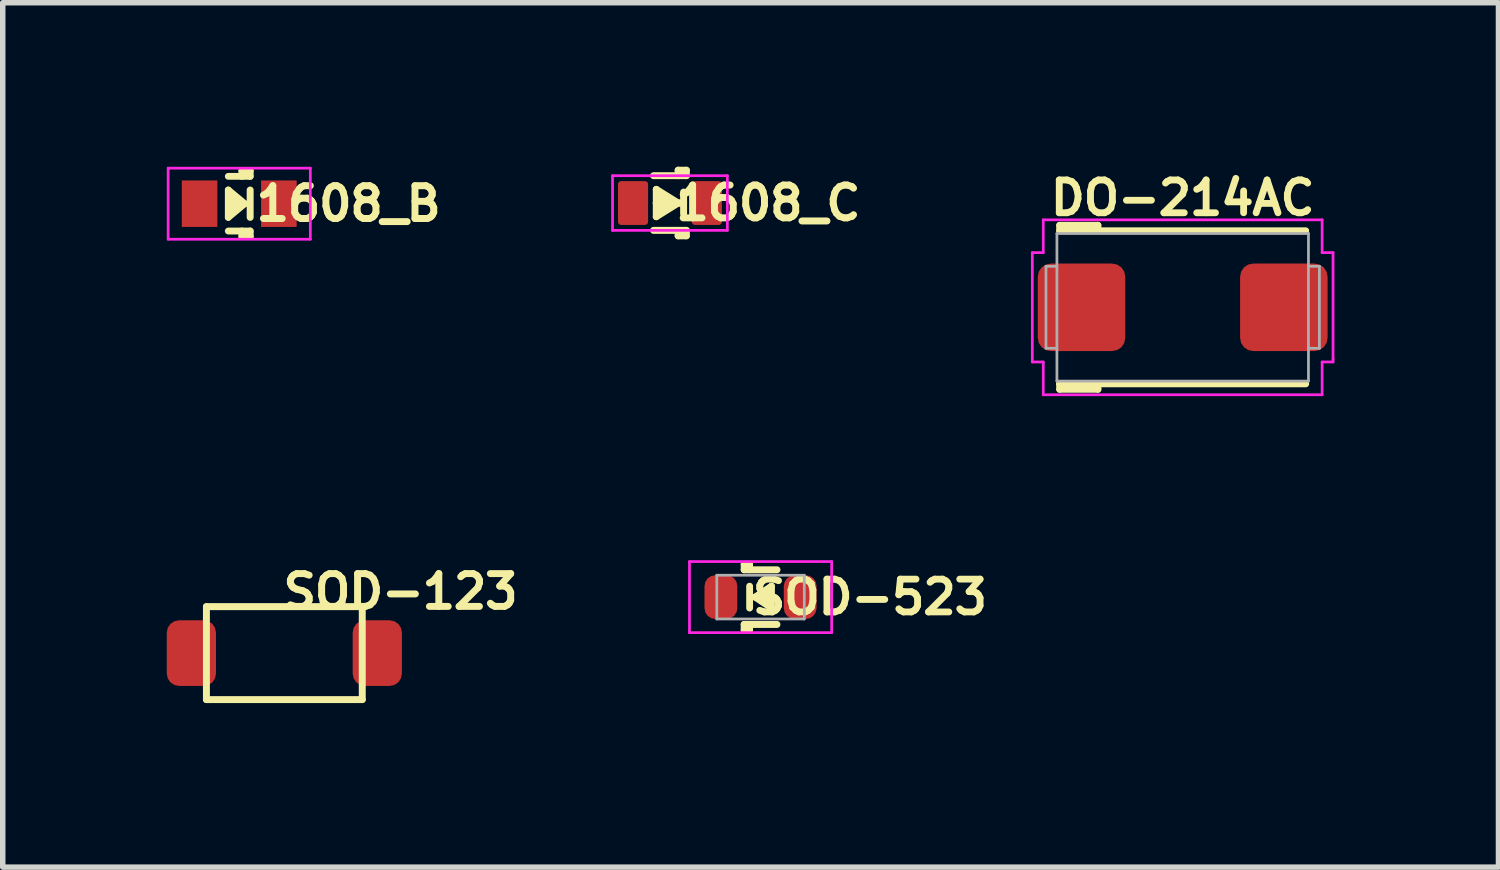
<source format=kicad_pcb>
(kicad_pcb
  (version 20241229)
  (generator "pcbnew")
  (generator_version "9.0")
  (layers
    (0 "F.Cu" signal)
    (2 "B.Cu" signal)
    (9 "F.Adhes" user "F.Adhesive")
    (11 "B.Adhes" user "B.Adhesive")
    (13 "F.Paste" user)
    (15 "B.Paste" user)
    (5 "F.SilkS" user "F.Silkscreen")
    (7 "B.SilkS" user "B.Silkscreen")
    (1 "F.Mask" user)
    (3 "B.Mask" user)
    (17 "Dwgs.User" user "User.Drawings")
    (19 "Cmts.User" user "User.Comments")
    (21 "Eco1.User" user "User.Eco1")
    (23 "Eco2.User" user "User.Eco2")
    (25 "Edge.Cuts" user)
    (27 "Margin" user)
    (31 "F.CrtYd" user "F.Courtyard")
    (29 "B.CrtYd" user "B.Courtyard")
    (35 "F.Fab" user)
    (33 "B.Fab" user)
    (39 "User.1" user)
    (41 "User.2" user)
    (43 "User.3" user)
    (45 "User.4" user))
  (footprint "SOD-523"
    (layer "F.Cu")
    (at 10.859 7.87)
    (property "Reference" "SOD-523" (at 2 0 0) (layer "F.SilkS") (effects (font (size 0.6 0.6) (thickness 0.125))))
    (attr smd)
    (fp_line (start -0.3 -0.6) (end -0.2 -0.6) (stroke (width 0.125) (type solid)) (layer "F.SilkS"))
    (fp_line (start -0.3 -0.5) (end -0.3 -0.6) (stroke (width 0.125) (type solid)) (layer "F.SilkS"))
    (fp_line (start -0.3 -0.5) (end 0.3 -0.5) (stroke (width 0.127) (type solid)) (layer "F.SilkS"))
    (fp_line (start -0.3 0.5) (end -0.3 0.6) (stroke (width 0.125) (type solid)) (layer "F.SilkS"))
    (fp_line (start -0.3 0.5) (end 0.3 0.5) (stroke (width 0.127) (type solid)) (layer "F.SilkS"))
    (fp_line (start -0.3 0.6) (end -0.2 0.6) (stroke (width 0.125) (type solid)) (layer "F.SilkS"))
    (fp_line (start -0.2 -0.6) (end -0.2 -0.5) (stroke (width 0.125) (type solid)) (layer "F.SilkS"))
    (fp_line (start -0.2 -0.2) (end -0.2 0.2) (stroke (width 0.125) (type solid)) (layer "F.SilkS"))
    (fp_line (start -0.2 0.6) (end -0.2 0.5) (stroke (width 0.125) (type solid)) (layer "F.SilkS"))
    (fp_line (start -0.1 0) (end 0.2 -0.2) (stroke (width 0.125) (type solid)) (layer "F.SilkS"))
    (fp_line (start 0 0) (end 0.15 -0.05) (stroke (width 0.125) (type solid)) (layer "F.SilkS"))
    (fp_line (start 0.15 -0.05) (end 0.15 0.05) (stroke (width 0.125) (type solid)) (layer "F.SilkS"))
    (fp_line (start 0.15 0.05) (end 0 0) (stroke (width 0.125) (type solid)) (layer "F.SilkS"))
    (fp_line (start 0.2 -0.2) (end 0.2 0.2) (stroke (width 0.125) (type solid)) (layer "F.SilkS"))
    (fp_line (start 0.2 0.2) (end -0.1 0) (stroke (width 0.125) (type solid)) (layer "F.SilkS"))
    (fp_line (start -1.3 -0.65) (end 1.3 -0.65) (stroke (width 0.05) (type solid)) (layer "F.CrtYd"))
    (fp_line (start -1.3 0.65) (end -1.3 -0.65) (stroke (width 0.05) (type solid)) (layer "F.CrtYd"))
    (fp_line (start 1.3 -0.65) (end 1.3 0.65) (stroke (width 0.05) (type solid)) (layer "F.CrtYd"))
    (fp_line (start 1.3 0.65) (end -1.3 0.65) (stroke (width 0.05) (type solid)) (layer "F.CrtYd"))
    (fp_line (start -0.8 -0.4) (end 0.8 -0.4) (stroke (width 0.05) (type solid)) (layer "F.Fab"))
    (fp_line (start -0.8 0.4) (end -0.8 -0.4) (stroke (width 0.05) (type solid)) (layer "F.Fab"))
    (fp_line (start 0.8 -0.4) (end 0.8 0.4) (stroke (width 0.05) (type solid)) (layer "F.Fab"))
    (fp_line (start 0.8 0.4) (end -0.8 0.4) (stroke (width 0.05) (type solid)) (layer "F.Fab"))
    (pad "1" smd roundrect (at -0.725 0) (size 0.6 0.8) (layers "F.Cu" "F.Mask" "F.Paste") (roundrect_rratio 0.33))
    (pad "2" smd roundrect (at 0.725 0) (size 0.6 0.8) (layers "F.Cu" "F.Mask" "F.Paste") (roundrect_rratio 0.33)))
  (footprint "1608_C"
    (layer "F.Cu")
    (at 9.202 0.663)
    (property "Reference" "1608_C" (at 1.8 0 0) (layer "F.SilkS") (effects (font (size 0.6 0.6) (thickness 0.127))))
    (attr smd)
    (fp_line (start -0.3 -0.5) (end 0.3 -0.5) (stroke (width 0.127) (type solid)) (layer "F.SilkS"))
    (fp_line (start -0.3 0.5) (end 0.3 0.5) (stroke (width 0.127) (type solid)) (layer "F.SilkS"))
    (fp_line (start -0.25 -0.25) (end -0.25 0.25) (stroke (width 0.127) (type solid)) (layer "F.SilkS"))
    (fp_line (start -0.25 0) (end -0.2 -0.1) (stroke (width 0.127) (type solid)) (layer "F.SilkS"))
    (fp_line (start -0.25 0.25) (end 0.15 0) (stroke (width 0.127) (type solid)) (layer "F.SilkS"))
    (fp_line (start -0.2 -0.1) (end -0.1 -0.05) (stroke (width 0.127) (type solid)) (layer "F.SilkS"))
    (fp_line (start -0.1 -0.05) (end -0.1 0.05) (stroke (width 0.127) (type solid)) (layer "F.SilkS"))
    (fp_line (start -0.1 0.05) (end -0.2 0.1) (stroke (width 0.127) (type solid)) (layer "F.SilkS"))
    (fp_line (start 0.15 -0.6) (end 0.15 -0.5) (stroke (width 0.127) (type solid)) (layer "F.SilkS"))
    (fp_line (start 0.15 0) (end -0.25 -0.25) (stroke (width 0.127) (type solid)) (layer "F.SilkS"))
    (fp_line (start 0.15 0.6) (end 0.15 0.5) (stroke (width 0.127) (type solid)) (layer "F.SilkS"))
    (fp_line (start 0.2 0) (end -0.25 0) (stroke (width 0.127) (type solid)) (layer "F.SilkS"))
    (fp_line (start 0.25 -0.2) (end 0.25 0.2) (stroke (width 0.127) (type solid)) (layer "F.SilkS"))
    (fp_line (start 0.25 0) (end 0.2 0) (stroke (width 0.127) (type solid)) (layer "F.SilkS"))
    (fp_line (start 0.3 -0.6) (end 0.15 -0.6) (stroke (width 0.127) (type solid)) (layer "F.SilkS"))
    (fp_line (start 0.3 -0.5) (end 0.3 -0.6) (stroke (width 0.127) (type solid)) (layer "F.SilkS"))
    (fp_line (start 0.3 0.5) (end 0.3 0.6) (stroke (width 0.127) (type solid)) (layer "F.SilkS"))
    (fp_line (start 0.3 0.6) (end 0.15 0.6) (stroke (width 0.127) (type solid)) (layer "F.SilkS"))
    (fp_line (start -1.05 -0.5) (end 1.05 -0.5) (stroke (width 0.05) (type solid)) (layer "F.CrtYd"))
    (fp_line (start -1.05 0.5) (end -1.05 -0.5) (stroke (width 0.05) (type solid)) (layer "F.CrtYd"))
    (fp_line (start 1.05 -0.5) (end 1.05 0.5) (stroke (width 0.05) (type solid)) (layer "F.CrtYd"))
    (fp_line (start 1.05 0.5) (end -1.05 0.5) (stroke (width 0.05) (type solid)) (layer "F.CrtYd"))
    (pad "A" smd roundrect (at -0.675 0) (size 0.55 0.8) (layers "F.Cu" "F.Mask" "F.Paste") (roundrect_rratio 0.1))
    (pad "K" smd roundrect (at 0.675 0) (size 0.55 0.8) (layers "F.Cu" "F.Mask" "F.Paste") (roundrect_rratio 0.1)))
  (footprint "DO-214AC"
    (layer "F.Cu")
    (at 18.579 2.57)
    (property "Reference" "DO-214AC" (at 0 -2 0) (layer "F.SilkS") (effects (font (size 0.6 0.6) (thickness 0.125))))
    (attr smd)
    (fp_line (start -2.25 -1.5) (end -1.55 -1.5) (stroke (width 0.125) (type solid)) (layer "F.SilkS"))
    (fp_line (start -2.25 -1.4) (end -2.25 -1.5) (stroke (width 0.125) (type solid)) (layer "F.SilkS"))
    (fp_line (start -2.25 -1.4) (end 2.25 -1.4) (stroke (width 0.125) (type solid)) (layer "F.SilkS"))
    (fp_line (start -2.25 1.4) (end -2.25 1.5) (stroke (width 0.125) (type solid)) (layer "F.SilkS"))
    (fp_line (start -2.25 1.4) (end 2.25 1.4) (stroke (width 0.125) (type solid)) (layer "F.SilkS"))
    (fp_line (start -2.25 1.5) (end -1.55 1.5) (stroke (width 0.125) (type solid)) (layer "F.SilkS"))
    (fp_line (start -1.55 -1.5) (end -1.55 -1.4) (stroke (width 0.125) (type solid)) (layer "F.SilkS"))
    (fp_line (start -1.55 1.4) (end -2.25 1.4) (stroke (width 0.125) (type solid)) (layer "F.SilkS"))
    (fp_line (start -1.55 1.5) (end -1.55 1.4) (stroke (width 0.125) (type solid)) (layer "F.SilkS"))
    (fp_line (start -2.75 -1) (end -2.55 -1) (stroke (width 0.05) (type solid)) (layer "F.CrtYd"))
    (fp_line (start -2.75 1) (end -2.75 -1) (stroke (width 0.05) (type solid)) (layer "F.CrtYd"))
    (fp_line (start -2.55 -1.6) (end 2.55 -1.6) (stroke (width 0.05) (type solid)) (layer "F.CrtYd"))
    (fp_line (start -2.55 -1) (end -2.55 -1.6) (stroke (width 0.05) (type solid)) (layer "F.CrtYd"))
    (fp_line (start -2.55 1) (end -2.75 1) (stroke (width 0.05) (type solid)) (layer "F.CrtYd"))
    (fp_line (start -2.55 1.6) (end -2.55 1) (stroke (width 0.05) (type solid)) (layer "F.CrtYd"))
    (fp_line (start 2.55 -1.6) (end 2.55 -1) (stroke (width 0.05) (type solid)) (layer "F.CrtYd"))
    (fp_line (start 2.55 -1) (end 2.75 -1) (stroke (width 0.05) (type solid)) (layer "F.CrtYd"))
    (fp_line (start 2.55 1) (end 2.55 1.6) (stroke (width 0.05) (type solid)) (layer "F.CrtYd"))
    (fp_line (start 2.55 1.6) (end -2.55 1.6) (stroke (width 0.05) (type solid)) (layer "F.CrtYd"))
    (fp_line (start 2.75 -1) (end 2.75 0.95) (stroke (width 0.05) (type solid)) (layer "F.CrtYd"))
    (fp_line (start 2.75 0.95) (end 2.75 1) (stroke (width 0.05) (type solid)) (layer "F.CrtYd"))
    (fp_line (start 2.75 1) (end 2.55 1) (stroke (width 0.05) (type solid)) (layer "F.CrtYd"))
    (fp_line (start -2.5 -0.75) (end -2.5 0.75) (stroke (width 0.05) (type solid)) (layer "F.Fab"))
    (fp_line (start -2.5 0.75) (end -2.3 0.75) (stroke (width 0.05) (type solid)) (layer "F.Fab"))
    (fp_line (start -2.3 -1.35) (end -2.3 1.35) (stroke (width 0.05) (type solid)) (layer "F.Fab"))
    (fp_line (start -2.3 -0.75) (end -2.5 -0.75) (stroke (width 0.05) (type solid)) (layer "F.Fab"))
    (fp_line (start -2.3 1.35) (end 2.3 1.35) (stroke (width 0.05) (type solid)) (layer "F.Fab"))
    (fp_line (start 2.3 -1.35) (end -2.3 -1.35) (stroke (width 0.05) (type solid)) (layer "F.Fab"))
    (fp_line (start 2.3 -0.75) (end 2.5 -0.75) (stroke (width 0.05) (type solid)) (layer "F.Fab"))
    (fp_line (start 2.3 1.35) (end 2.3 -1.35) (stroke (width 0.05) (type solid)) (layer "F.Fab"))
    (fp_line (start 2.5 -0.75) (end 2.5 0.75) (stroke (width 0.05) (type solid)) (layer "F.Fab"))
    (fp_line (start 2.5 0.75) (end 2.3 0.75) (stroke (width 0.05) (type solid)) (layer "F.Fab"))
    (pad "1" smd roundrect (at -1.85 0) (size 1.6 1.6) (layers "F.Cu" "F.Mask" "F.Paste") (roundrect_rratio 0.15))
    (pad "2" smd roundrect (at 1.85 0) (size 1.6 1.6) (layers "F.Cu" "F.Mask" "F.Paste") (roundrect_rratio 0.15)))
  (footprint "1608_B"
    (layer "F.Cu")
    (at 1.325 0.675)
    (property "Reference" "1608_B" (at 2 0 0) (layer "F.SilkS") (effects (font (size 0.6 0.6) (thickness 0.127))))
    (attr smd)
    (fp_line (start -0.2 -0.25) (end 0.1 0) (stroke (width 0.125) (type solid)) (layer "F.SilkS"))
    (fp_line (start -0.2 0.25) (end -0.2 -0.25) (stroke (width 0.125) (type solid)) (layer "F.SilkS"))
    (fp_line (start -0.1 -0.1) (end -0.1 0.1) (stroke (width 0.125) (type solid)) (layer "F.SilkS"))
    (fp_line (start -0.05 0) (end 0 0) (stroke (width 0.125) (type solid)) (layer "F.SilkS"))
    (fp_line (start 0.05 -0.6) (end 0.05 -0.5) (stroke (width 0.127) (type solid)) (layer "F.SilkS"))
    (fp_line (start 0.05 0.6) (end 0.05 0.5) (stroke (width 0.127) (type solid)) (layer "F.SilkS"))
    (fp_line (start 0.1 0) (end -0.2 0.25) (stroke (width 0.125) (type solid)) (layer "F.SilkS"))
    (fp_line (start 0.2 -0.6) (end 0.05 -0.6) (stroke (width 0.127) (type solid)) (layer "F.SilkS"))
    (fp_line (start 0.2 -0.5) (end -0.2 -0.5) (stroke (width 0.125) (type solid)) (layer "F.SilkS"))
    (fp_line (start 0.2 -0.5) (end 0.2 -0.6) (stroke (width 0.127) (type solid)) (layer "F.SilkS"))
    (fp_line (start 0.2 0.25) (end 0.2 -0.25) (stroke (width 0.127) (type solid)) (layer "F.SilkS"))
    (fp_line (start 0.2 0.5) (end -0.2 0.5) (stroke (width 0.125) (type solid)) (layer "F.SilkS"))
    (fp_line (start 0.2 0.5) (end 0.2 0.6) (stroke (width 0.127) (type solid)) (layer "F.SilkS"))
    (fp_line (start 0.2 0.6) (end 0.05 0.6) (stroke (width 0.127) (type solid)) (layer "F.SilkS"))
    (fp_line (start -1.3 -0.65) (end 1.3 -0.65) (stroke (width 0.05) (type solid)) (layer "F.CrtYd"))
    (fp_line (start -1.3 0.65) (end -1.3 -0.65) (stroke (width 0.05) (type solid)) (layer "F.CrtYd"))
    (fp_line (start 1.3 -0.65) (end 1.3 0.65) (stroke (width 0.05) (type solid)) (layer "F.CrtYd"))
    (fp_line (start 1.3 0.65) (end -1.3 0.65) (stroke (width 0.05) (type solid)) (layer "F.CrtYd"))
    (pad "1" smd rect (at -0.725 0) (size 0.65 0.85) (layers "F.Cu" "F.Mask" "F.Paste"))
    (pad "2" smd rect (at 0.725 0) (size 0.65 0.85) (layers "F.Cu" "F.Mask" "F.Paste")))
  (footprint "SOD-123"
    (layer "F.Cu")
    (at 2.15 8.894)
    (property "Reference" "SOD-123" (at 2.125 -1.125 0) (layer "F.SilkS") (effects (font (size 0.6 0.6) (thickness 0.127))))
    (attr smd)
    (fp_line (start -1.425 -0.85) (end -1.425 0.85) (stroke (width 0.127) (type solid)) (layer "F.SilkS"))
    (fp_line (start -1.425 0.85) (end 1.425 0.85) (stroke (width 0.127) (type solid)) (layer "F.SilkS"))
    (fp_line (start 1.425 -0.85) (end -1.425 -0.85) (stroke (width 0.127) (type solid)) (layer "F.SilkS"))
    (fp_line (start 1.425 0.85) (end 1.425 -0.85) (stroke (width 0.127) (type solid)) (layer "F.SilkS"))
    (pad "A" smd roundrect (at 1.7 0) (size 0.9 1.2) (layers "F.Cu" "F.Mask" "F.Paste") (roundrect_rratio 0.25))
    (pad "K" smd roundrect (at -1.7 0) (size 0.9 1.2) (layers "F.Cu" "F.Mask" "F.Paste") (roundrect_rratio 0.25)))
  (gr_rect
    (start -3 -3)
    (end 24.354 12.808)
    (stroke (width 0.1) (type default))
    (fill no)
    (layer "Edge.Cuts")))
</source>
